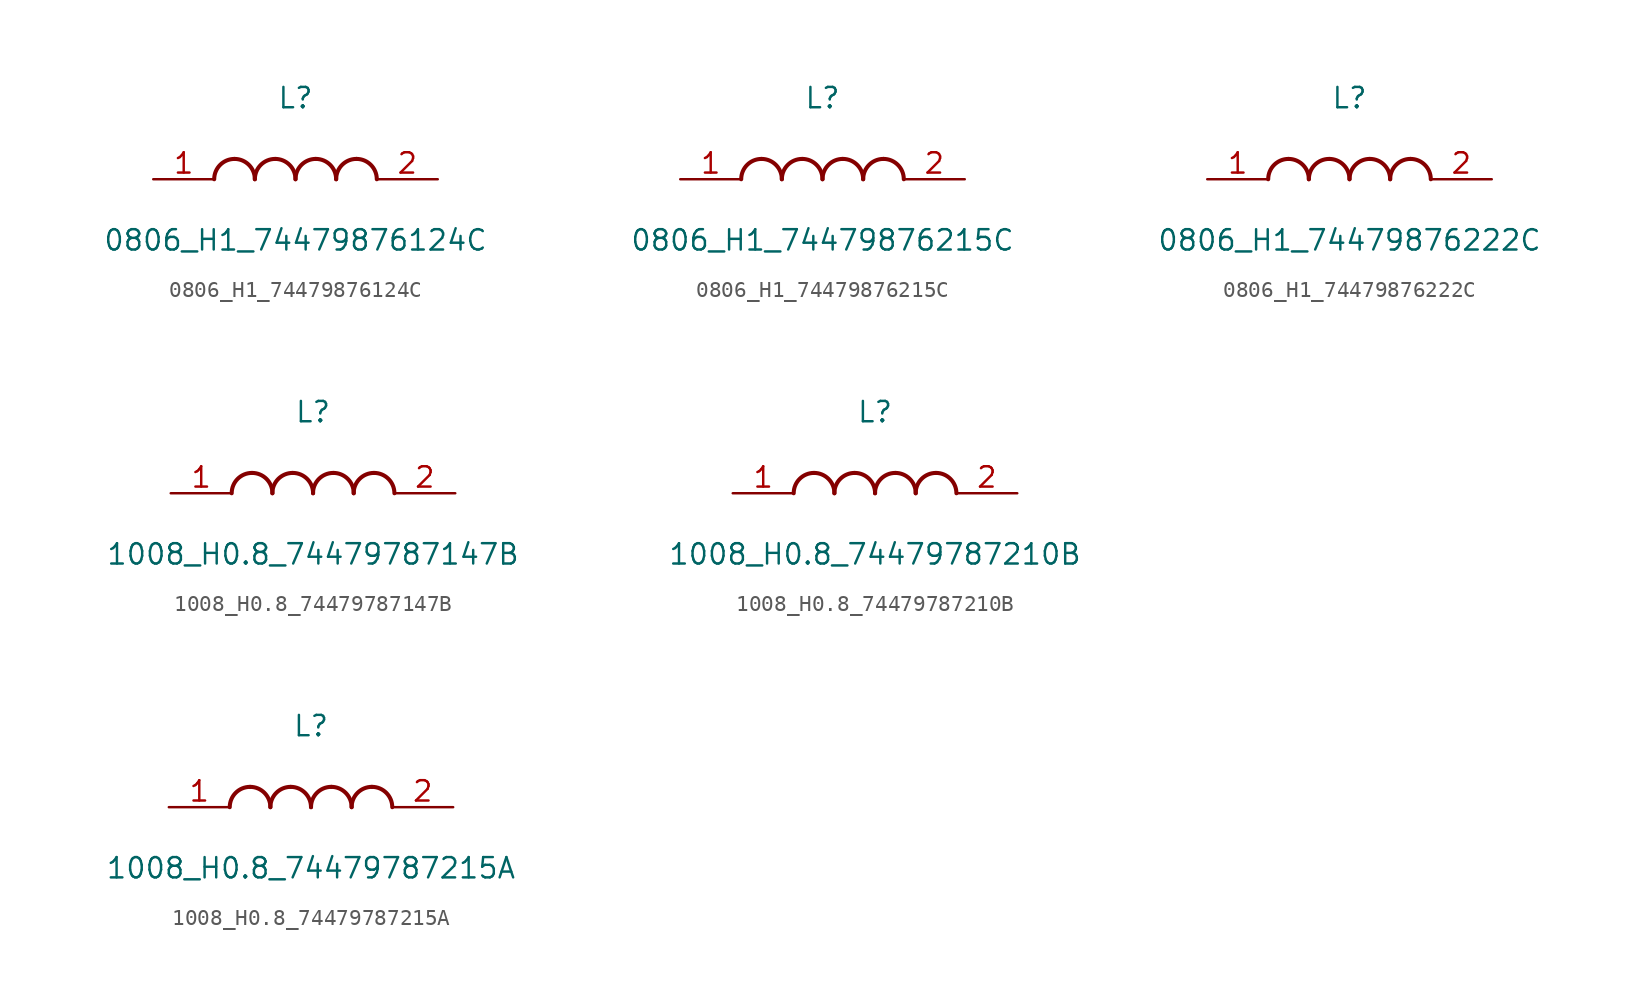
<source format=kicad_sym>
(kicad_symbol_lib
  (version 20211014)
  (generator kicad_symbol_editor)
  (symbol "Inductor_Wurth_WE-PMI:0806_H1_74479876124C"
    (pin_names hide)
    (property "Reference" "L"
      (at 0 5.08 0)
      (effects (font (size 1.27 1.27))))
    (property "Value" "0806_H1_74479876124C"
      (at 0 -3.81 0)
      (effects (font (size 1.27 1.27))))
    (symbol "0806_H1_74479876124C_0_1"
      (arc (start -3.81 1.27) (mid -4.708 0.898) (end -5.08 0) (stroke (width 0.254) (type default) (color 0 0 0 0)) (fill (type none)))
      (arc (start -2.54 0) (mid -2.912 0.898) (end -3.81 1.27) (stroke (width 0.254) (type default) (color 0 0 0 0)) (fill (type none)))
      (arc (start -1.2699 1.2701) (mid -2.1679 0.8981) (end -2.5399 0.0001) (stroke (width 0.254) (type default) (color 0 0 0 0)) (fill (type none)))
      (arc (start 0.0001 0.0001) (mid -0.3719 0.8981) (end -1.2699 1.2701) (stroke (width 0.254) (type default) (color 0 0 0 0)) (fill (type none)))
      (arc (start 1.2701 1.2701) (mid 0.3721 0.8981) (end 0.0001 0.0001) (stroke (width 0.254) (type default) (color 0 0 0 0)) (fill (type none)))
      (arc (start 2.5401 0.0001) (mid 2.1681 0.8981) (end 1.2701 1.2701) (stroke (width 0.254) (type default) (color 0 0 0 0)) (fill (type none)))
      (arc (start 3.8101 1.2701) (mid 2.9121 0.8981) (end 2.5401 0.0001) (stroke (width 0.254) (type default) (color 0 0 0 0)) (fill (type none)))
      (arc (start 5.0801 0.0001) (mid 4.7081 0.8981) (end 3.8101 1.2701) (stroke (width 0.254) (type default) (color 0 0 0 0)) (fill (type none))))
    (symbol "0806_H1_74479876124C_1_1"
      (pin passive line (at -8.89 0 0) (length 3.81) (name "1" (effects (font (size 1.27 1.27)))) (number "1" (effects (font (size 1.27 1.27)))))
      (pin passive line (at 8.89 0 180) (length 3.81) (name "2" (effects (font (size 1.27 1.27)))) (number "2" (effects (font (size 1.27 1.27)))))))
  (symbol "Inductor_Wurth_WE-PMI:0806_H1_74479876215C"
    (pin_names hide)
    (property "Reference" "L"
      (at 0 5.08 0)
      (effects (font (size 1.27 1.27))))
    (property "Value" "0806_H1_74479876215C"
      (at 0 -3.81 0)
      (effects (font (size 1.27 1.27))))
    (symbol "0806_H1_74479876215C_0_1"
      (arc (start -3.81 1.27) (mid -4.708 0.898) (end -5.08 0) (stroke (width 0.254) (type default) (color 0 0 0 0)) (fill (type none)))
      (arc (start -2.54 0) (mid -2.912 0.898) (end -3.81 1.27) (stroke (width 0.254) (type default) (color 0 0 0 0)) (fill (type none)))
      (arc (start -1.2699 1.2701) (mid -2.1679 0.8981) (end -2.5399 0.0001) (stroke (width 0.254) (type default) (color 0 0 0 0)) (fill (type none)))
      (arc (start 0.0001 0.0001) (mid -0.3719 0.8981) (end -1.2699 1.2701) (stroke (width 0.254) (type default) (color 0 0 0 0)) (fill (type none)))
      (arc (start 1.2701 1.2701) (mid 0.3721 0.8981) (end 0.0001 0.0001) (stroke (width 0.254) (type default) (color 0 0 0 0)) (fill (type none)))
      (arc (start 2.5401 0.0001) (mid 2.1681 0.8981) (end 1.2701 1.2701) (stroke (width 0.254) (type default) (color 0 0 0 0)) (fill (type none)))
      (arc (start 3.8101 1.2701) (mid 2.9121 0.8981) (end 2.5401 0.0001) (stroke (width 0.254) (type default) (color 0 0 0 0)) (fill (type none)))
      (arc (start 5.0801 0.0001) (mid 4.7081 0.8981) (end 3.8101 1.2701) (stroke (width 0.254) (type default) (color 0 0 0 0)) (fill (type none))))
    (symbol "0806_H1_74479876215C_1_1"
      (pin passive line (at -8.89 0 0) (length 3.81) (name "1" (effects (font (size 1.27 1.27)))) (number "1" (effects (font (size 1.27 1.27)))))
      (pin passive line (at 8.89 0 180) (length 3.81) (name "2" (effects (font (size 1.27 1.27)))) (number "2" (effects (font (size 1.27 1.27)))))))
  (symbol "Inductor_Wurth_WE-PMI:0806_H1_74479876222C"
    (pin_names hide)
    (property "Reference" "L"
      (at 0 5.08 0)
      (effects (font (size 1.27 1.27))))
    (property "Value" "0806_H1_74479876222C"
      (at 0 -3.81 0)
      (effects (font (size 1.27 1.27))))
    (symbol "0806_H1_74479876222C_0_1"
      (arc (start -3.81 1.27) (mid -4.708 0.898) (end -5.08 0) (stroke (width 0.254) (type default) (color 0 0 0 0)) (fill (type none)))
      (arc (start -2.54 0) (mid -2.912 0.898) (end -3.81 1.27) (stroke (width 0.254) (type default) (color 0 0 0 0)) (fill (type none)))
      (arc (start -1.2699 1.2701) (mid -2.1679 0.8981) (end -2.5399 0.0001) (stroke (width 0.254) (type default) (color 0 0 0 0)) (fill (type none)))
      (arc (start 0.0001 0.0001) (mid -0.3719 0.8981) (end -1.2699 1.2701) (stroke (width 0.254) (type default) (color 0 0 0 0)) (fill (type none)))
      (arc (start 1.2701 1.2701) (mid 0.3721 0.8981) (end 0.0001 0.0001) (stroke (width 0.254) (type default) (color 0 0 0 0)) (fill (type none)))
      (arc (start 2.5401 0.0001) (mid 2.1681 0.8981) (end 1.2701 1.2701) (stroke (width 0.254) (type default) (color 0 0 0 0)) (fill (type none)))
      (arc (start 3.8101 1.2701) (mid 2.9121 0.8981) (end 2.5401 0.0001) (stroke (width 0.254) (type default) (color 0 0 0 0)) (fill (type none)))
      (arc (start 5.0801 0.0001) (mid 4.7081 0.8981) (end 3.8101 1.2701) (stroke (width 0.254) (type default) (color 0 0 0 0)) (fill (type none))))
    (symbol "0806_H1_74479876222C_1_1"
      (pin passive line (at -8.89 0 0) (length 3.81) (name "1" (effects (font (size 1.27 1.27)))) (number "1" (effects (font (size 1.27 1.27)))))
      (pin passive line (at 8.89 0 180) (length 3.81) (name "2" (effects (font (size 1.27 1.27)))) (number "2" (effects (font (size 1.27 1.27)))))))
  (symbol "Inductor_Wurth_WE-PMI:1008_H0.8_74479787147B"
    (pin_names hide)
    (property "Reference" "L"
      (at 0 5.08 0)
      (effects (font (size 1.27 1.27))))
    (property "Value" "1008_H0.8_74479787147B"
      (at 0 -3.81 0)
      (effects (font (size 1.27 1.27))))
    (symbol "1008_H0.8_74479787147B_0_1"
      (arc (start -3.81 1.27) (mid -4.708 0.898) (end -5.08 0) (stroke (width 0.254) (type default) (color 0 0 0 0)) (fill (type none)))
      (arc (start -2.54 0) (mid -2.912 0.898) (end -3.81 1.27) (stroke (width 0.254) (type default) (color 0 0 0 0)) (fill (type none)))
      (arc (start -1.2699 1.2701) (mid -2.1679 0.8981) (end -2.5399 0.0001) (stroke (width 0.254) (type default) (color 0 0 0 0)) (fill (type none)))
      (arc (start 0.0001 0.0001) (mid -0.3719 0.8981) (end -1.2699 1.2701) (stroke (width 0.254) (type default) (color 0 0 0 0)) (fill (type none)))
      (arc (start 1.2701 1.2701) (mid 0.3721 0.8981) (end 0.0001 0.0001) (stroke (width 0.254) (type default) (color 0 0 0 0)) (fill (type none)))
      (arc (start 2.5401 0.0001) (mid 2.1681 0.8981) (end 1.2701 1.2701) (stroke (width 0.254) (type default) (color 0 0 0 0)) (fill (type none)))
      (arc (start 3.8101 1.2701) (mid 2.9121 0.8981) (end 2.5401 0.0001) (stroke (width 0.254) (type default) (color 0 0 0 0)) (fill (type none)))
      (arc (start 5.0801 0.0001) (mid 4.7081 0.8981) (end 3.8101 1.2701) (stroke (width 0.254) (type default) (color 0 0 0 0)) (fill (type none))))
    (symbol "1008_H0.8_74479787147B_1_1"
      (pin passive line (at -8.89 0 0) (length 3.81) (name "1" (effects (font (size 1.27 1.27)))) (number "1" (effects (font (size 1.27 1.27)))))
      (pin passive line (at 8.89 0 180) (length 3.81) (name "2" (effects (font (size 1.27 1.27)))) (number "2" (effects (font (size 1.27 1.27)))))))
  (symbol "Inductor_Wurth_WE-PMI:1008_H0.8_74479787210B"
    (pin_names hide)
    (property "Reference" "L"
      (at 0 5.08 0)
      (effects (font (size 1.27 1.27))))
    (property "Value" "1008_H0.8_74479787210B"
      (at 0 -3.81 0)
      (effects (font (size 1.27 1.27))))
    (symbol "1008_H0.8_74479787210B_0_1"
      (arc (start -3.81 1.27) (mid -4.708 0.898) (end -5.08 0) (stroke (width 0.254) (type default) (color 0 0 0 0)) (fill (type none)))
      (arc (start -2.54 0) (mid -2.912 0.898) (end -3.81 1.27) (stroke (width 0.254) (type default) (color 0 0 0 0)) (fill (type none)))
      (arc (start -1.2699 1.2701) (mid -2.1679 0.8981) (end -2.5399 0.0001) (stroke (width 0.254) (type default) (color 0 0 0 0)) (fill (type none)))
      (arc (start 0.0001 0.0001) (mid -0.3719 0.8981) (end -1.2699 1.2701) (stroke (width 0.254) (type default) (color 0 0 0 0)) (fill (type none)))
      (arc (start 1.2701 1.2701) (mid 0.3721 0.8981) (end 0.0001 0.0001) (stroke (width 0.254) (type default) (color 0 0 0 0)) (fill (type none)))
      (arc (start 2.5401 0.0001) (mid 2.1681 0.8981) (end 1.2701 1.2701) (stroke (width 0.254) (type default) (color 0 0 0 0)) (fill (type none)))
      (arc (start 3.8101 1.2701) (mid 2.9121 0.8981) (end 2.5401 0.0001) (stroke (width 0.254) (type default) (color 0 0 0 0)) (fill (type none)))
      (arc (start 5.0801 0.0001) (mid 4.7081 0.8981) (end 3.8101 1.2701) (stroke (width 0.254) (type default) (color 0 0 0 0)) (fill (type none))))
    (symbol "1008_H0.8_74479787210B_1_1"
      (pin passive line (at -8.89 0 0) (length 3.81) (name "1" (effects (font (size 1.27 1.27)))) (number "1" (effects (font (size 1.27 1.27)))))
      (pin passive line (at 8.89 0 180) (length 3.81) (name "2" (effects (font (size 1.27 1.27)))) (number "2" (effects (font (size 1.27 1.27)))))))
  (symbol "Inductor_Wurth_WE-PMI:1008_H0.8_74479787215A"
    (pin_names hide)
    (property "Reference" "L"
      (at 0 5.08 0)
      (effects (font (size 1.27 1.27))))
    (property "Value" "1008_H0.8_74479787215A"
      (at 0 -3.81 0)
      (effects (font (size 1.27 1.27))))
    (symbol "1008_H0.8_74479787215A_0_1"
      (arc (start -3.81 1.27) (mid -4.708 0.898) (end -5.08 0) (stroke (width 0.254) (type default) (color 0 0 0 0)) (fill (type none)))
      (arc (start -2.54 0) (mid -2.912 0.898) (end -3.81 1.27) (stroke (width 0.254) (type default) (color 0 0 0 0)) (fill (type none)))
      (arc (start -1.2699 1.2701) (mid -2.1679 0.8981) (end -2.5399 0.0001) (stroke (width 0.254) (type default) (color 0 0 0 0)) (fill (type none)))
      (arc (start 0.0001 0.0001) (mid -0.3719 0.8981) (end -1.2699 1.2701) (stroke (width 0.254) (type default) (color 0 0 0 0)) (fill (type none)))
      (arc (start 1.2701 1.2701) (mid 0.3721 0.8981) (end 0.0001 0.0001) (stroke (width 0.254) (type default) (color 0 0 0 0)) (fill (type none)))
      (arc (start 2.5401 0.0001) (mid 2.1681 0.8981) (end 1.2701 1.2701) (stroke (width 0.254) (type default) (color 0 0 0 0)) (fill (type none)))
      (arc (start 3.8101 1.2701) (mid 2.9121 0.8981) (end 2.5401 0.0001) (stroke (width 0.254) (type default) (color 0 0 0 0)) (fill (type none)))
      (arc (start 5.0801 0.0001) (mid 4.7081 0.8981) (end 3.8101 1.2701) (stroke (width 0.254) (type default) (color 0 0 0 0)) (fill (type none))))
    (symbol "1008_H0.8_74479787215A_1_1"
      (pin passive line (at -8.89 0 0) (length 3.81) (name "1" (effects (font (size 1.27 1.27)))) (number "1" (effects (font (size 1.27 1.27)))))
      (pin passive line (at 8.89 0 180) (length 3.81) (name "2" (effects (font (size 1.27 1.27)))) (number "2" (effects (font (size 1.27 1.27))))))))
</source>
